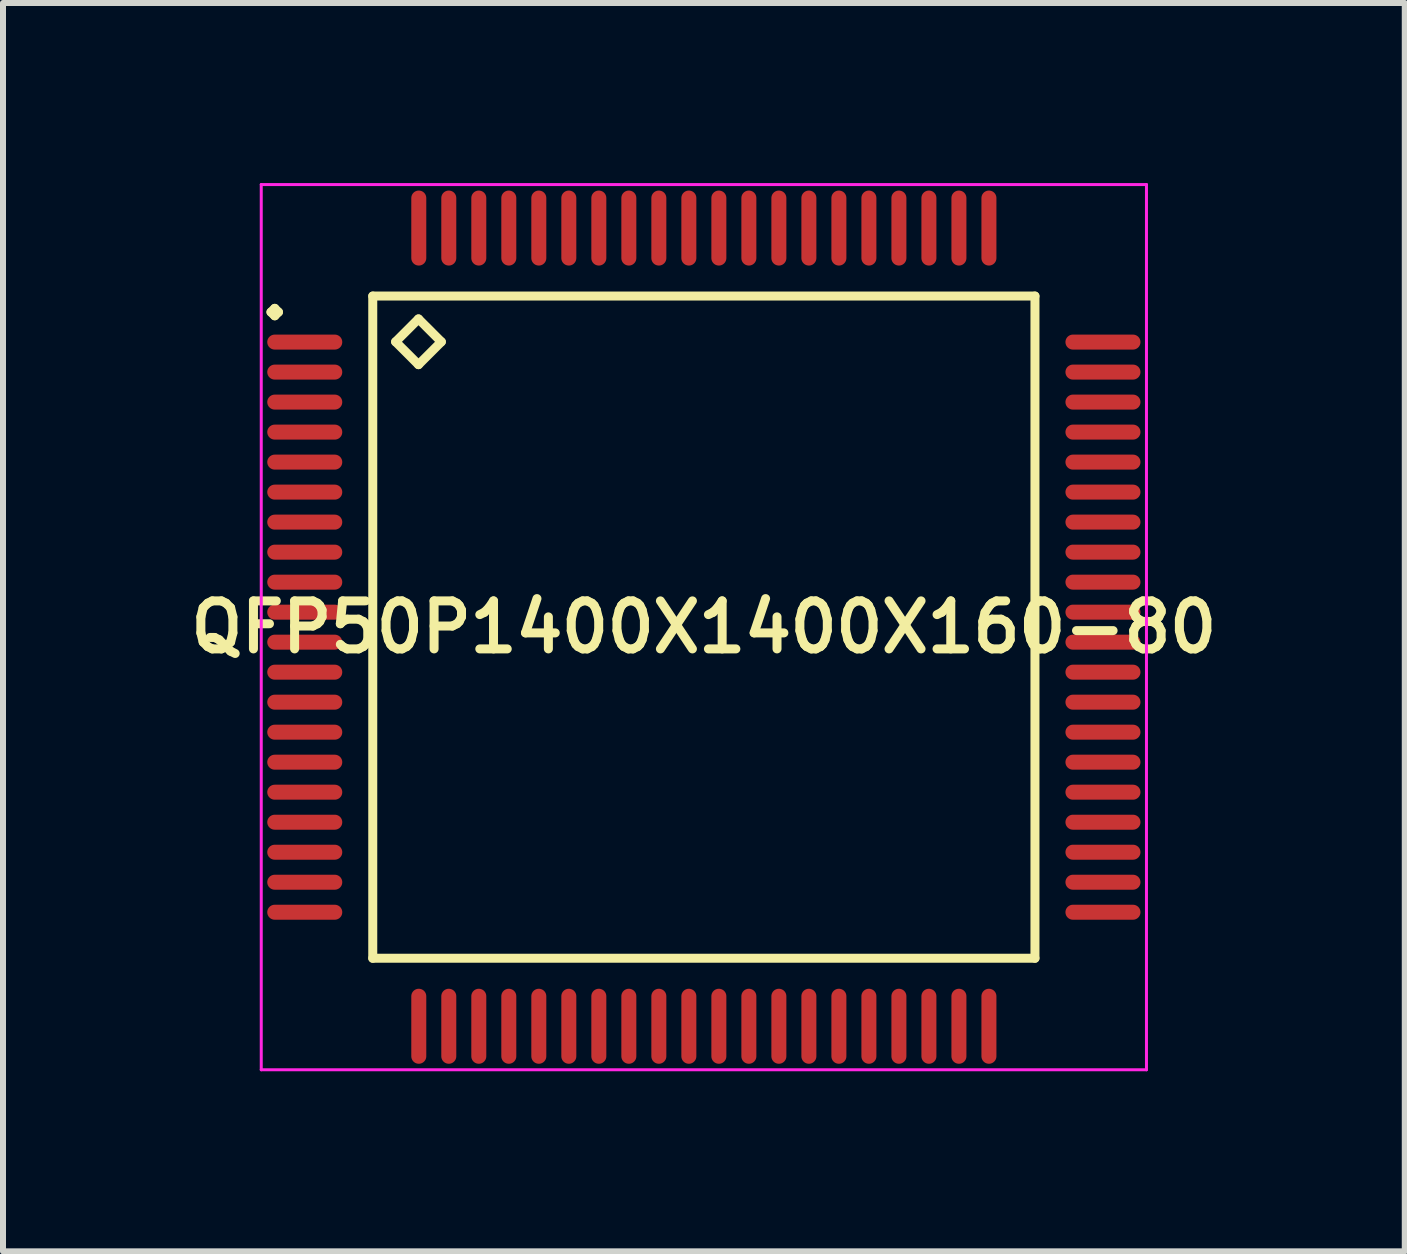
<source format=kicad_pcb>
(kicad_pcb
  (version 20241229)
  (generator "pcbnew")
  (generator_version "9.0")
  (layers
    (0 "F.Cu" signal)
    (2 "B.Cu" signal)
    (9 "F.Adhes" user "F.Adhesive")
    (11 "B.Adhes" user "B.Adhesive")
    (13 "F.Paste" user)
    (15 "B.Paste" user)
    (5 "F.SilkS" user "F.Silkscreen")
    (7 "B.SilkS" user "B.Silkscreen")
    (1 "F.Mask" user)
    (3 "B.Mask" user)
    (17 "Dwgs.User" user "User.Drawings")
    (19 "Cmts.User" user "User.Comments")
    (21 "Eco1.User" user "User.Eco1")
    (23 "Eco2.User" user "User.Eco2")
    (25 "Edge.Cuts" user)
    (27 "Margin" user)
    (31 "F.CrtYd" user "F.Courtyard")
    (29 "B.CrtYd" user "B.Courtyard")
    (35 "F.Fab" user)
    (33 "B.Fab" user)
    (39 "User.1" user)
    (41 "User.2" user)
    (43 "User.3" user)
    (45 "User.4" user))
  (footprint "QFP50P1400X1400X160-80"
    (layer "F.Cu")
    (at 8.678 7.4)
    (property "Reference" "QFP50P1400X1400X160-80" (at 0 0 0) (layer "F.SilkS") (effects (font (size 0.8 0.8) (thickness 0.15))))
    (attr smd)
    (fp_line (start -7.213 -5.25) (end -7.15 -5.312) (stroke (width 0.15) (type solid)) (layer "F.SilkS"))
    (fp_line (start -7.15 -5.312) (end -7.088 -5.25) (stroke (width 0.15) (type solid)) (layer "F.SilkS"))
    (fp_line (start -7.15 -5.188) (end -7.213 -5.25) (stroke (width 0.15) (type solid)) (layer "F.SilkS"))
    (fp_line (start -7.088 -5.25) (end -7.15 -5.188) (stroke (width 0.15) (type solid)) (layer "F.SilkS"))
    (fp_line (start -5.517 -5.517) (end -5.517 5.517) (stroke (width 0.15) (type solid)) (layer "F.SilkS"))
    (fp_line (start -5.517 5.517) (end 5.517 5.517) (stroke (width 0.15) (type solid)) (layer "F.SilkS"))
    (fp_line (start -5.136 -4.755) (end -4.755 -5.136) (stroke (width 0.15) (type solid)) (layer "F.SilkS"))
    (fp_line (start -4.755 -5.136) (end -4.374 -4.755) (stroke (width 0.15) (type solid)) (layer "F.SilkS"))
    (fp_line (start -4.755 -4.374) (end -5.136 -4.755) (stroke (width 0.15) (type solid)) (layer "F.SilkS"))
    (fp_line (start -4.374 -4.755) (end -4.755 -4.374) (stroke (width 0.15) (type solid)) (layer "F.SilkS"))
    (fp_line (start 5.517 -5.517) (end -5.517 -5.517) (stroke (width 0.15) (type solid)) (layer "F.SilkS"))
    (fp_line (start 5.517 5.517) (end 5.517 -5.517) (stroke (width 0.15) (type solid)) (layer "F.SilkS"))
    (fp_line (start -7.375 -7.375) (end 7.375 -7.375) (stroke (width 0.05) (type solid)) (layer "F.CrtYd"))
    (fp_line (start -7.375 7.375) (end -7.375 -7.375) (stroke (width 0.05) (type solid)) (layer "F.CrtYd"))
    (fp_line (start 7.375 -7.375) (end 7.375 7.375) (stroke (width 0.05) (type solid)) (layer "F.CrtYd"))
    (fp_line (start 7.375 7.375) (end -7.375 7.375) (stroke (width 0.05) (type solid)) (layer "F.CrtYd"))
    (pad "1" smd oval (at -6.65 -4.75) (size 1.25 0.25) (layers "F.Cu" "F.Mask" "F.Paste"))
    (pad "2" smd oval (at -6.65 -4.25) (size 1.25 0.25) (layers "F.Cu" "F.Mask" "F.Paste"))
    (pad "3" smd oval (at -6.65 -3.75) (size 1.25 0.25) (layers "F.Cu" "F.Mask" "F.Paste"))
    (pad "4" smd oval (at -6.65 -3.25) (size 1.25 0.25) (layers "F.Cu" "F.Mask" "F.Paste"))
    (pad "5" smd oval (at -6.65 -2.75) (size 1.25 0.25) (layers "F.Cu" "F.Mask" "F.Paste"))
    (pad "6" smd oval (at -6.65 -2.25) (size 1.25 0.25) (layers "F.Cu" "F.Mask" "F.Paste"))
    (pad "7" smd oval (at -6.65 -1.75) (size 1.25 0.25) (layers "F.Cu" "F.Mask" "F.Paste"))
    (pad "8" smd oval (at -6.65 -1.25) (size 1.25 0.25) (layers "F.Cu" "F.Mask" "F.Paste"))
    (pad "9" smd oval (at -6.65 -0.75) (size 1.25 0.25) (layers "F.Cu" "F.Mask" "F.Paste"))
    (pad "10" smd oval (at -6.65 -0.25) (size 1.25 0.25) (layers "F.Cu" "F.Mask" "F.Paste"))
    (pad "11" smd oval (at -6.65 0.25) (size 1.25 0.25) (layers "F.Cu" "F.Mask" "F.Paste"))
    (pad "12" smd oval (at -6.65 0.75) (size 1.25 0.25) (layers "F.Cu" "F.Mask" "F.Paste"))
    (pad "13" smd oval (at -6.65 1.25) (size 1.25 0.25) (layers "F.Cu" "F.Mask" "F.Paste"))
    (pad "14" smd oval (at -6.65 1.75) (size 1.25 0.25) (layers "F.Cu" "F.Mask" "F.Paste"))
    (pad "15" smd oval (at -6.65 2.25) (size 1.25 0.25) (layers "F.Cu" "F.Mask" "F.Paste"))
    (pad "16" smd oval (at -6.65 2.75) (size 1.25 0.25) (layers "F.Cu" "F.Mask" "F.Paste"))
    (pad "17" smd oval (at -6.65 3.25) (size 1.25 0.25) (layers "F.Cu" "F.Mask" "F.Paste"))
    (pad "18" smd oval (at -6.65 3.75) (size 1.25 0.25) (layers "F.Cu" "F.Mask" "F.Paste"))
    (pad "19" smd oval (at -6.65 4.25) (size 1.25 0.25) (layers "F.Cu" "F.Mask" "F.Paste"))
    (pad "20" smd oval (at -6.65 4.75) (size 1.25 0.25) (layers "F.Cu" "F.Mask" "F.Paste"))
    (pad "21" smd oval (at -4.75 6.65) (size 0.25 1.25) (layers "F.Cu" "F.Mask" "F.Paste"))
    (pad "22" smd oval (at -4.25 6.65) (size 0.25 1.25) (layers "F.Cu" "F.Mask" "F.Paste"))
    (pad "23" smd oval (at -3.75 6.65) (size 0.25 1.25) (layers "F.Cu" "F.Mask" "F.Paste"))
    (pad "24" smd oval (at -3.25 6.65) (size 0.25 1.25) (layers "F.Cu" "F.Mask" "F.Paste"))
    (pad "25" smd oval (at -2.75 6.65) (size 0.25 1.25) (layers "F.Cu" "F.Mask" "F.Paste"))
    (pad "26" smd oval (at -2.25 6.65) (size 0.25 1.25) (layers "F.Cu" "F.Mask" "F.Paste"))
    (pad "27" smd oval (at -1.75 6.65) (size 0.25 1.25) (layers "F.Cu" "F.Mask" "F.Paste"))
    (pad "28" smd oval (at -1.25 6.65) (size 0.25 1.25) (layers "F.Cu" "F.Mask" "F.Paste"))
    (pad "29" smd oval (at -0.75 6.65) (size 0.25 1.25) (layers "F.Cu" "F.Mask" "F.Paste"))
    (pad "30" smd oval (at -0.25 6.65) (size 0.25 1.25) (layers "F.Cu" "F.Mask" "F.Paste"))
    (pad "31" smd oval (at 0.25 6.65) (size 0.25 1.25) (layers "F.Cu" "F.Mask" "F.Paste"))
    (pad "32" smd oval (at 0.75 6.65) (size 0.25 1.25) (layers "F.Cu" "F.Mask" "F.Paste"))
    (pad "33" smd oval (at 1.25 6.65) (size 0.25 1.25) (layers "F.Cu" "F.Mask" "F.Paste"))
    (pad "34" smd oval (at 1.75 6.65) (size 0.25 1.25) (layers "F.Cu" "F.Mask" "F.Paste"))
    (pad "35" smd oval (at 2.25 6.65) (size 0.25 1.25) (layers "F.Cu" "F.Mask" "F.Paste"))
    (pad "36" smd oval (at 2.75 6.65) (size 0.25 1.25) (layers "F.Cu" "F.Mask" "F.Paste"))
    (pad "37" smd oval (at 3.25 6.65) (size 0.25 1.25) (layers "F.Cu" "F.Mask" "F.Paste"))
    (pad "38" smd oval (at 3.75 6.65) (size 0.25 1.25) (layers "F.Cu" "F.Mask" "F.Paste"))
    (pad "39" smd oval (at 4.25 6.65) (size 0.25 1.25) (layers "F.Cu" "F.Mask" "F.Paste"))
    (pad "40" smd oval (at 4.75 6.65) (size 0.25 1.25) (layers "F.Cu" "F.Mask" "F.Paste"))
    (pad "41" smd oval (at 6.65 4.75) (size 1.25 0.25) (layers "F.Cu" "F.Mask" "F.Paste"))
    (pad "42" smd oval (at 6.65 4.25) (size 1.25 0.25) (layers "F.Cu" "F.Mask" "F.Paste"))
    (pad "43" smd oval (at 6.65 3.75) (size 1.25 0.25) (layers "F.Cu" "F.Mask" "F.Paste"))
    (pad "44" smd oval (at 6.65 3.25) (size 1.25 0.25) (layers "F.Cu" "F.Mask" "F.Paste"))
    (pad "45" smd oval (at 6.65 2.75) (size 1.25 0.25) (layers "F.Cu" "F.Mask" "F.Paste"))
    (pad "46" smd oval (at 6.65 2.25) (size 1.25 0.25) (layers "F.Cu" "F.Mask" "F.Paste"))
    (pad "47" smd oval (at 6.65 1.75) (size 1.25 0.25) (layers "F.Cu" "F.Mask" "F.Paste"))
    (pad "48" smd oval (at 6.65 1.25) (size 1.25 0.25) (layers "F.Cu" "F.Mask" "F.Paste"))
    (pad "49" smd oval (at 6.65 0.75) (size 1.25 0.25) (layers "F.Cu" "F.Mask" "F.Paste"))
    (pad "50" smd oval (at 6.65 0.25) (size 1.25 0.25) (layers "F.Cu" "F.Mask" "F.Paste"))
    (pad "51" smd oval (at 6.65 -0.25) (size 1.25 0.25) (layers "F.Cu" "F.Mask" "F.Paste"))
    (pad "52" smd oval (at 6.65 -0.75) (size 1.25 0.25) (layers "F.Cu" "F.Mask" "F.Paste"))
    (pad "53" smd oval (at 6.65 -1.25) (size 1.25 0.25) (layers "F.Cu" "F.Mask" "F.Paste"))
    (pad "54" smd oval (at 6.65 -1.75) (size 1.25 0.25) (layers "F.Cu" "F.Mask" "F.Paste"))
    (pad "55" smd oval (at 6.65 -2.25) (size 1.25 0.25) (layers "F.Cu" "F.Mask" "F.Paste"))
    (pad "56" smd oval (at 6.65 -2.75) (size 1.25 0.25) (layers "F.Cu" "F.Mask" "F.Paste"))
    (pad "57" smd oval (at 6.65 -3.25) (size 1.25 0.25) (layers "F.Cu" "F.Mask" "F.Paste"))
    (pad "58" smd oval (at 6.65 -3.75) (size 1.25 0.25) (layers "F.Cu" "F.Mask" "F.Paste"))
    (pad "59" smd oval (at 6.65 -4.25) (size 1.25 0.25) (layers "F.Cu" "F.Mask" "F.Paste"))
    (pad "60" smd oval (at 6.65 -4.75) (size 1.25 0.25) (layers "F.Cu" "F.Mask" "F.Paste"))
    (pad "61" smd oval (at 4.75 -6.65) (size 0.25 1.25) (layers "F.Cu" "F.Mask" "F.Paste"))
    (pad "62" smd oval (at 4.25 -6.65) (size 0.25 1.25) (layers "F.Cu" "F.Mask" "F.Paste"))
    (pad "63" smd oval (at 3.75 -6.65) (size 0.25 1.25) (layers "F.Cu" "F.Mask" "F.Paste"))
    (pad "64" smd oval (at 3.25 -6.65) (size 0.25 1.25) (layers "F.Cu" "F.Mask" "F.Paste"))
    (pad "65" smd oval (at 2.75 -6.65) (size 0.25 1.25) (layers "F.Cu" "F.Mask" "F.Paste"))
    (pad "66" smd oval (at 2.25 -6.65) (size 0.25 1.25) (layers "F.Cu" "F.Mask" "F.Paste"))
    (pad "67" smd oval (at 1.75 -6.65) (size 0.25 1.25) (layers "F.Cu" "F.Mask" "F.Paste"))
    (pad "68" smd oval (at 1.25 -6.65) (size 0.25 1.25) (layers "F.Cu" "F.Mask" "F.Paste"))
    (pad "69" smd oval (at 0.75 -6.65) (size 0.25 1.25) (layers "F.Cu" "F.Mask" "F.Paste"))
    (pad "70" smd oval (at 0.25 -6.65) (size 0.25 1.25) (layers "F.Cu" "F.Mask" "F.Paste"))
    (pad "71" smd oval (at -0.25 -6.65) (size 0.25 1.25) (layers "F.Cu" "F.Mask" "F.Paste"))
    (pad "72" smd oval (at -0.75 -6.65) (size 0.25 1.25) (layers "F.Cu" "F.Mask" "F.Paste"))
    (pad "73" smd oval (at -1.25 -6.65) (size 0.25 1.25) (layers "F.Cu" "F.Mask" "F.Paste"))
    (pad "74" smd oval (at -1.75 -6.65) (size 0.25 1.25) (layers "F.Cu" "F.Mask" "F.Paste"))
    (pad "75" smd oval (at -2.25 -6.65) (size 0.25 1.25) (layers "F.Cu" "F.Mask" "F.Paste"))
    (pad "76" smd oval (at -2.75 -6.65) (size 0.25 1.25) (layers "F.Cu" "F.Mask" "F.Paste"))
    (pad "77" smd oval (at -3.25 -6.65) (size 0.25 1.25) (layers "F.Cu" "F.Mask" "F.Paste"))
    (pad "78" smd oval (at -3.75 -6.65) (size 0.25 1.25) (layers "F.Cu" "F.Mask" "F.Paste"))
    (pad "79" smd oval (at -4.25 -6.65) (size 0.25 1.25) (layers "F.Cu" "F.Mask" "F.Paste"))
    (pad "80" smd oval (at -4.75 -6.65) (size 0.25 1.25) (layers "F.Cu" "F.Mask" "F.Paste")))
  (gr_rect
    (start -3 -3)
    (end 20.357 17.8)
    (stroke (width 0.1) (type default))
    (fill no)
    (layer "Edge.Cuts")))
</source>
